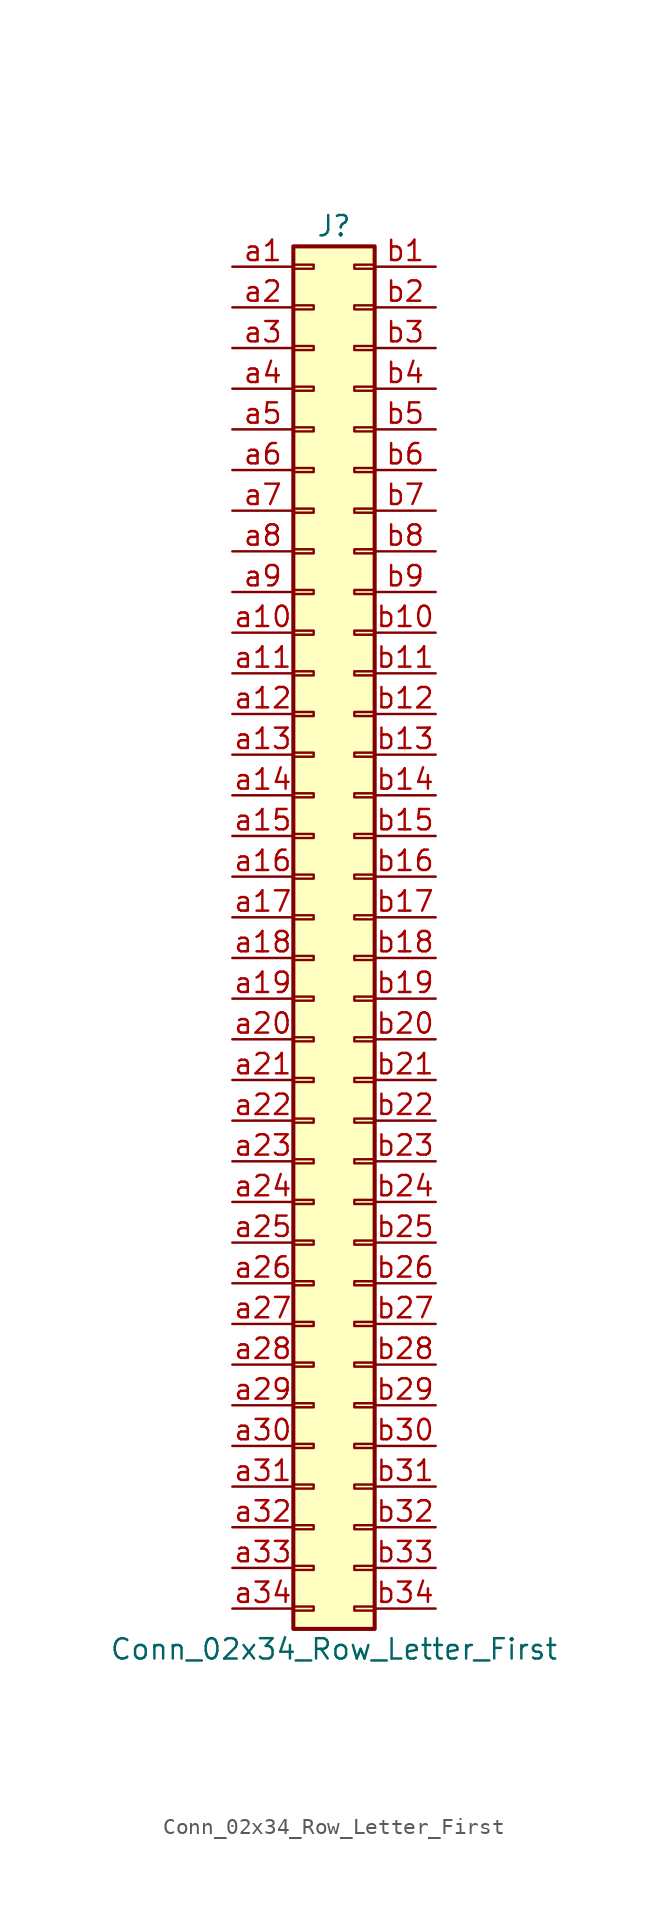
<source format=kicad_sym>
(kicad_symbol_lib
  (version 20220914)
  (generator kicad_symbol_editor)
  (symbol "Conn_02x34_Row_Letter_First"
    (pin_names
      (offset 1.016) hide)
    (property "Reference" "J"
      (at 1.27 43.18 0)
      (effects (font (size 1.27 1.27))))
    (property "Value" "Conn_02x34_Row_Letter_First"
      (at 1.27 -45.72 0)
      (effects (font (size 1.27 1.27))))
    (symbol "Conn_02x34_Row_Letter_First_1_1"
      (rectangle (start -1.27 -43.053) (end 0 -43.307) (stroke (width 0.152) (type default)) (fill (type none)))
      (rectangle (start -1.27 -40.513) (end 0 -40.767) (stroke (width 0.152) (type default)) (fill (type none)))
      (rectangle (start -1.27 -37.973) (end 0 -38.227) (stroke (width 0.152) (type default)) (fill (type none)))
      (rectangle (start -1.27 -35.433) (end 0 -35.687) (stroke (width 0.152) (type default)) (fill (type none)))
      (rectangle (start -1.27 -32.893) (end 0 -33.147) (stroke (width 0.152) (type default)) (fill (type none)))
      (rectangle (start -1.27 -30.353) (end 0 -30.607) (stroke (width 0.152) (type default)) (fill (type none)))
      (rectangle (start -1.27 -27.813) (end 0 -28.067) (stroke (width 0.152) (type default)) (fill (type none)))
      (rectangle (start -1.27 -25.273) (end 0 -25.527) (stroke (width 0.152) (type default)) (fill (type none)))
      (rectangle (start -1.27 -22.733) (end 0 -22.987) (stroke (width 0.152) (type default)) (fill (type none)))
      (rectangle (start -1.27 -20.193) (end 0 -20.447) (stroke (width 0.152) (type default)) (fill (type none)))
      (rectangle (start -1.27 -17.653) (end 0 -17.907) (stroke (width 0.152) (type default)) (fill (type none)))
      (rectangle (start -1.27 -15.113) (end 0 -15.367) (stroke (width 0.152) (type default)) (fill (type none)))
      (rectangle (start -1.27 -12.573) (end 0 -12.827) (stroke (width 0.152) (type default)) (fill (type none)))
      (rectangle (start -1.27 -10.033) (end 0 -10.287) (stroke (width 0.152) (type default)) (fill (type none)))
      (rectangle (start -1.27 -7.493) (end 0 -7.747) (stroke (width 0.152) (type default)) (fill (type none)))
      (rectangle (start -1.27 -4.953) (end 0 -5.207) (stroke (width 0.152) (type default)) (fill (type none)))
      (rectangle (start -1.27 -2.413) (end 0 -2.667) (stroke (width 0.152) (type default)) (fill (type none)))
      (rectangle (start -1.27 0.127) (end 0 -0.127) (stroke (width 0.152) (type default)) (fill (type none)))
      (rectangle (start -1.27 2.667) (end 0 2.413) (stroke (width 0.152) (type default)) (fill (type none)))
      (rectangle (start -1.27 5.207) (end 0 4.953) (stroke (width 0.152) (type default)) (fill (type none)))
      (rectangle (start -1.27 7.747) (end 0 7.493) (stroke (width 0.152) (type default)) (fill (type none)))
      (rectangle (start -1.27 10.287) (end 0 10.033) (stroke (width 0.152) (type default)) (fill (type none)))
      (rectangle (start -1.27 12.827) (end 0 12.573) (stroke (width 0.152) (type default)) (fill (type none)))
      (rectangle (start -1.27 15.367) (end 0 15.113) (stroke (width 0.152) (type default)) (fill (type none)))
      (rectangle (start -1.27 17.907) (end 0 17.653) (stroke (width 0.152) (type default)) (fill (type none)))
      (rectangle (start -1.27 20.447) (end 0 20.193) (stroke (width 0.152) (type default)) (fill (type none)))
      (rectangle (start -1.27 22.987) (end 0 22.733) (stroke (width 0.152) (type default)) (fill (type none)))
      (rectangle (start -1.27 25.527) (end 0 25.273) (stroke (width 0.152) (type default)) (fill (type none)))
      (rectangle (start -1.27 28.067) (end 0 27.813) (stroke (width 0.152) (type default)) (fill (type none)))
      (rectangle (start -1.27 30.607) (end 0 30.353) (stroke (width 0.152) (type default)) (fill (type none)))
      (rectangle (start -1.27 33.147) (end 0 32.893) (stroke (width 0.152) (type default)) (fill (type none)))
      (rectangle (start -1.27 35.687) (end 0 35.433) (stroke (width 0.152) (type default)) (fill (type none)))
      (rectangle (start -1.27 38.227) (end 0 37.973) (stroke (width 0.152) (type default)) (fill (type none)))
      (rectangle (start -1.27 40.767) (end 0 40.513) (stroke (width 0.152) (type default)) (fill (type none)))
      (rectangle (start -1.27 41.91) (end 3.81 -44.45) (stroke (width 0.254) (type default)) (fill (type background)))
      (rectangle (start 3.81 -43.053) (end 2.54 -43.307) (stroke (width 0.152) (type default)) (fill (type none)))
      (rectangle (start 3.81 -40.513) (end 2.54 -40.767) (stroke (width 0.152) (type default)) (fill (type none)))
      (rectangle (start 3.81 -37.973) (end 2.54 -38.227) (stroke (width 0.152) (type default)) (fill (type none)))
      (rectangle (start 3.81 -35.433) (end 2.54 -35.687) (stroke (width 0.152) (type default)) (fill (type none)))
      (rectangle (start 3.81 -32.893) (end 2.54 -33.147) (stroke (width 0.152) (type default)) (fill (type none)))
      (rectangle (start 3.81 -30.353) (end 2.54 -30.607) (stroke (width 0.152) (type default)) (fill (type none)))
      (rectangle (start 3.81 -27.813) (end 2.54 -28.067) (stroke (width 0.152) (type default)) (fill (type none)))
      (rectangle (start 3.81 -25.273) (end 2.54 -25.527) (stroke (width 0.152) (type default)) (fill (type none)))
      (rectangle (start 3.81 -22.733) (end 2.54 -22.987) (stroke (width 0.152) (type default)) (fill (type none)))
      (rectangle (start 3.81 -20.193) (end 2.54 -20.447) (stroke (width 0.152) (type default)) (fill (type none)))
      (rectangle (start 3.81 -17.653) (end 2.54 -17.907) (stroke (width 0.152) (type default)) (fill (type none)))
      (rectangle (start 3.81 -15.113) (end 2.54 -15.367) (stroke (width 0.152) (type default)) (fill (type none)))
      (rectangle (start 3.81 -12.573) (end 2.54 -12.827) (stroke (width 0.152) (type default)) (fill (type none)))
      (rectangle (start 3.81 -10.033) (end 2.54 -10.287) (stroke (width 0.152) (type default)) (fill (type none)))
      (rectangle (start 3.81 -7.493) (end 2.54 -7.747) (stroke (width 0.152) (type default)) (fill (type none)))
      (rectangle (start 3.81 -4.953) (end 2.54 -5.207) (stroke (width 0.152) (type default)) (fill (type none)))
      (rectangle (start 3.81 -2.413) (end 2.54 -2.667) (stroke (width 0.152) (type default)) (fill (type none)))
      (rectangle (start 3.81 0.127) (end 2.54 -0.127) (stroke (width 0.152) (type default)) (fill (type none)))
      (rectangle (start 3.81 2.667) (end 2.54 2.413) (stroke (width 0.152) (type default)) (fill (type none)))
      (rectangle (start 3.81 5.207) (end 2.54 4.953) (stroke (width 0.152) (type default)) (fill (type none)))
      (rectangle (start 3.81 7.747) (end 2.54 7.493) (stroke (width 0.152) (type default)) (fill (type none)))
      (rectangle (start 3.81 10.287) (end 2.54 10.033) (stroke (width 0.152) (type default)) (fill (type none)))
      (rectangle (start 3.81 12.827) (end 2.54 12.573) (stroke (width 0.152) (type default)) (fill (type none)))
      (rectangle (start 3.81 15.367) (end 2.54 15.113) (stroke (width 0.152) (type default)) (fill (type none)))
      (rectangle (start 3.81 17.907) (end 2.54 17.653) (stroke (width 0.152) (type default)) (fill (type none)))
      (rectangle (start 3.81 20.447) (end 2.54 20.193) (stroke (width 0.152) (type default)) (fill (type none)))
      (rectangle (start 3.81 22.987) (end 2.54 22.733) (stroke (width 0.152) (type default)) (fill (type none)))
      (rectangle (start 3.81 25.527) (end 2.54 25.273) (stroke (width 0.152) (type default)) (fill (type none)))
      (rectangle (start 3.81 28.067) (end 2.54 27.813) (stroke (width 0.152) (type default)) (fill (type none)))
      (rectangle (start 3.81 30.607) (end 2.54 30.353) (stroke (width 0.152) (type default)) (fill (type none)))
      (rectangle (start 3.81 33.147) (end 2.54 32.893) (stroke (width 0.152) (type default)) (fill (type none)))
      (rectangle (start 3.81 35.687) (end 2.54 35.433) (stroke (width 0.152) (type default)) (fill (type none)))
      (rectangle (start 3.81 38.227) (end 2.54 37.973) (stroke (width 0.152) (type default)) (fill (type none)))
      (rectangle (start 3.81 40.767) (end 2.54 40.513) (stroke (width 0.152) (type default)) (fill (type none)))
      (pin passive line (at -5.08 40.64 0) (length 3.81) (name "Pin_a1" (effects (font (size 1.27 1.27)))) (number "a1" (effects (font (size 1.27 1.27)))))
      (pin passive line (at -5.08 17.78 0) (length 3.81) (name "Pin_a10" (effects (font (size 1.27 1.27)))) (number "a10" (effects (font (size 1.27 1.27)))))
      (pin passive line (at -5.08 15.24 0) (length 3.81) (name "Pin_a11" (effects (font (size 1.27 1.27)))) (number "a11" (effects (font (size 1.27 1.27)))))
      (pin passive line (at -5.08 12.7 0) (length 3.81) (name "Pin_a12" (effects (font (size 1.27 1.27)))) (number "a12" (effects (font (size 1.27 1.27)))))
      (pin passive line (at -5.08 10.16 0) (length 3.81) (name "Pin_a13" (effects (font (size 1.27 1.27)))) (number "a13" (effects (font (size 1.27 1.27)))))
      (pin passive line (at -5.08 7.62 0) (length 3.81) (name "Pin_a14" (effects (font (size 1.27 1.27)))) (number "a14" (effects (font (size 1.27 1.27)))))
      (pin passive line (at -5.08 5.08 0) (length 3.81) (name "Pin_a15" (effects (font (size 1.27 1.27)))) (number "a15" (effects (font (size 1.27 1.27)))))
      (pin passive line (at -5.08 2.54 0) (length 3.81) (name "Pin_a16" (effects (font (size 1.27 1.27)))) (number "a16" (effects (font (size 1.27 1.27)))))
      (pin passive line (at -5.08 0 0) (length 3.81) (name "Pin_a17" (effects (font (size 1.27 1.27)))) (number "a17" (effects (font (size 1.27 1.27)))))
      (pin passive line (at -5.08 -2.54 0) (length 3.81) (name "Pin_a18" (effects (font (size 1.27 1.27)))) (number "a18" (effects (font (size 1.27 1.27)))))
      (pin passive line (at -5.08 -5.08 0) (length 3.81) (name "Pin_a19" (effects (font (size 1.27 1.27)))) (number "a19" (effects (font (size 1.27 1.27)))))
      (pin passive line (at -5.08 38.1 0) (length 3.81) (name "Pin_a2" (effects (font (size 1.27 1.27)))) (number "a2" (effects (font (size 1.27 1.27)))))
      (pin passive line (at -5.08 -7.62 0) (length 3.81) (name "Pin_a20" (effects (font (size 1.27 1.27)))) (number "a20" (effects (font (size 1.27 1.27)))))
      (pin passive line (at -5.08 -10.16 0) (length 3.81) (name "Pin_a21" (effects (font (size 1.27 1.27)))) (number "a21" (effects (font (size 1.27 1.27)))))
      (pin passive line (at -5.08 -12.7 0) (length 3.81) (name "Pin_a22" (effects (font (size 1.27 1.27)))) (number "a22" (effects (font (size 1.27 1.27)))))
      (pin passive line (at -5.08 -15.24 0) (length 3.81) (name "Pin_a23" (effects (font (size 1.27 1.27)))) (number "a23" (effects (font (size 1.27 1.27)))))
      (pin passive line (at -5.08 -17.78 0) (length 3.81) (name "Pin_a24" (effects (font (size 1.27 1.27)))) (number "a24" (effects (font (size 1.27 1.27)))))
      (pin passive line (at -5.08 -20.32 0) (length 3.81) (name "Pin_a25" (effects (font (size 1.27 1.27)))) (number "a25" (effects (font (size 1.27 1.27)))))
      (pin passive line (at -5.08 -22.86 0) (length 3.81) (name "Pin_a26" (effects (font (size 1.27 1.27)))) (number "a26" (effects (font (size 1.27 1.27)))))
      (pin passive line (at -5.08 -25.4 0) (length 3.81) (name "Pin_a27" (effects (font (size 1.27 1.27)))) (number "a27" (effects (font (size 1.27 1.27)))))
      (pin passive line (at -5.08 -27.94 0) (length 3.81) (name "Pin_a28" (effects (font (size 1.27 1.27)))) (number "a28" (effects (font (size 1.27 1.27)))))
      (pin passive line (at -5.08 -30.48 0) (length 3.81) (name "Pin_a29" (effects (font (size 1.27 1.27)))) (number "a29" (effects (font (size 1.27 1.27)))))
      (pin passive line (at -5.08 35.56 0) (length 3.81) (name "Pin_a3" (effects (font (size 1.27 1.27)))) (number "a3" (effects (font (size 1.27 1.27)))))
      (pin passive line (at -5.08 -33.02 0) (length 3.81) (name "Pin_a30" (effects (font (size 1.27 1.27)))) (number "a30" (effects (font (size 1.27 1.27)))))
      (pin passive line (at -5.08 -35.56 0) (length 3.81) (name "Pin_a31" (effects (font (size 1.27 1.27)))) (number "a31" (effects (font (size 1.27 1.27)))))
      (pin passive line (at -5.08 -38.1 0) (length 3.81) (name "Pin_a32" (effects (font (size 1.27 1.27)))) (number "a32" (effects (font (size 1.27 1.27)))))
      (pin passive line (at -5.08 -40.64 0) (length 3.81) (name "Pin_a33" (effects (font (size 1.27 1.27)))) (number "a33" (effects (font (size 1.27 1.27)))))
      (pin passive line (at -5.08 -43.18 0) (length 3.81) (name "Pin_a34" (effects (font (size 1.27 1.27)))) (number "a34" (effects (font (size 1.27 1.27)))))
      (pin passive line (at -5.08 33.02 0) (length 3.81) (name "Pin_a4" (effects (font (size 1.27 1.27)))) (number "a4" (effects (font (size 1.27 1.27)))))
      (pin passive line (at -5.08 30.48 0) (length 3.81) (name "Pin_a5" (effects (font (size 1.27 1.27)))) (number "a5" (effects (font (size 1.27 1.27)))))
      (pin passive line (at -5.08 27.94 0) (length 3.81) (name "Pin_a6" (effects (font (size 1.27 1.27)))) (number "a6" (effects (font (size 1.27 1.27)))))
      (pin passive line (at -5.08 25.4 0) (length 3.81) (name "Pin_a7" (effects (font (size 1.27 1.27)))) (number "a7" (effects (font (size 1.27 1.27)))))
      (pin passive line (at -5.08 22.86 0) (length 3.81) (name "Pin_a8" (effects (font (size 1.27 1.27)))) (number "a8" (effects (font (size 1.27 1.27)))))
      (pin passive line (at -5.08 20.32 0) (length 3.81) (name "Pin_a9" (effects (font (size 1.27 1.27)))) (number "a9" (effects (font (size 1.27 1.27)))))
      (pin passive line (at 7.62 40.64 180) (length 3.81) (name "Pin_b1" (effects (font (size 1.27 1.27)))) (number "b1" (effects (font (size 1.27 1.27)))))
      (pin passive line (at 7.62 17.78 180) (length 3.81) (name "Pin_b10" (effects (font (size 1.27 1.27)))) (number "b10" (effects (font (size 1.27 1.27)))))
      (pin passive line (at 7.62 15.24 180) (length 3.81) (name "Pin_b11" (effects (font (size 1.27 1.27)))) (number "b11" (effects (font (size 1.27 1.27)))))
      (pin passive line (at 7.62 12.7 180) (length 3.81) (name "Pin_b12" (effects (font (size 1.27 1.27)))) (number "b12" (effects (font (size 1.27 1.27)))))
      (pin passive line (at 7.62 10.16 180) (length 3.81) (name "Pin_b13" (effects (font (size 1.27 1.27)))) (number "b13" (effects (font (size 1.27 1.27)))))
      (pin passive line (at 7.62 7.62 180) (length 3.81) (name "Pin_b14" (effects (font (size 1.27 1.27)))) (number "b14" (effects (font (size 1.27 1.27)))))
      (pin passive line (at 7.62 5.08 180) (length 3.81) (name "Pin_b15" (effects (font (size 1.27 1.27)))) (number "b15" (effects (font (size 1.27 1.27)))))
      (pin passive line (at 7.62 2.54 180) (length 3.81) (name "Pin_b16" (effects (font (size 1.27 1.27)))) (number "b16" (effects (font (size 1.27 1.27)))))
      (pin passive line (at 7.62 0 180) (length 3.81) (name "Pin_b17" (effects (font (size 1.27 1.27)))) (number "b17" (effects (font (size 1.27 1.27)))))
      (pin passive line (at 7.62 -2.54 180) (length 3.81) (name "Pin_b18" (effects (font (size 1.27 1.27)))) (number "b18" (effects (font (size 1.27 1.27)))))
      (pin passive line (at 7.62 -5.08 180) (length 3.81) (name "Pin_b19" (effects (font (size 1.27 1.27)))) (number "b19" (effects (font (size 1.27 1.27)))))
      (pin passive line (at 7.62 38.1 180) (length 3.81) (name "Pin_b2" (effects (font (size 1.27 1.27)))) (number "b2" (effects (font (size 1.27 1.27)))))
      (pin passive line (at 7.62 -7.62 180) (length 3.81) (name "Pin_b20" (effects (font (size 1.27 1.27)))) (number "b20" (effects (font (size 1.27 1.27)))))
      (pin passive line (at 7.62 -10.16 180) (length 3.81) (name "Pin_b21" (effects (font (size 1.27 1.27)))) (number "b21" (effects (font (size 1.27 1.27)))))
      (pin passive line (at 7.62 -12.7 180) (length 3.81) (name "Pin_b22" (effects (font (size 1.27 1.27)))) (number "b22" (effects (font (size 1.27 1.27)))))
      (pin passive line (at 7.62 -15.24 180) (length 3.81) (name "Pin_b23" (effects (font (size 1.27 1.27)))) (number "b23" (effects (font (size 1.27 1.27)))))
      (pin passive line (at 7.62 -17.78 180) (length 3.81) (name "Pin_b24" (effects (font (size 1.27 1.27)))) (number "b24" (effects (font (size 1.27 1.27)))))
      (pin passive line (at 7.62 -20.32 180) (length 3.81) (name "Pin_b25" (effects (font (size 1.27 1.27)))) (number "b25" (effects (font (size 1.27 1.27)))))
      (pin passive line (at 7.62 -22.86 180) (length 3.81) (name "Pin_b26" (effects (font (size 1.27 1.27)))) (number "b26" (effects (font (size 1.27 1.27)))))
      (pin passive line (at 7.62 -25.4 180) (length 3.81) (name "Pin_b27" (effects (font (size 1.27 1.27)))) (number "b27" (effects (font (size 1.27 1.27)))))
      (pin passive line (at 7.62 -27.94 180) (length 3.81) (name "Pin_b28" (effects (font (size 1.27 1.27)))) (number "b28" (effects (font (size 1.27 1.27)))))
      (pin passive line (at 7.62 -30.48 180) (length 3.81) (name "Pin_b29" (effects (font (size 1.27 1.27)))) (number "b29" (effects (font (size 1.27 1.27)))))
      (pin passive line (at 7.62 35.56 180) (length 3.81) (name "Pin_b3" (effects (font (size 1.27 1.27)))) (number "b3" (effects (font (size 1.27 1.27)))))
      (pin passive line (at 7.62 -33.02 180) (length 3.81) (name "Pin_b30" (effects (font (size 1.27 1.27)))) (number "b30" (effects (font (size 1.27 1.27)))))
      (pin passive line (at 7.62 -35.56 180) (length 3.81) (name "Pin_b31" (effects (font (size 1.27 1.27)))) (number "b31" (effects (font (size 1.27 1.27)))))
      (pin passive line (at 7.62 -38.1 180) (length 3.81) (name "Pin_b32" (effects (font (size 1.27 1.27)))) (number "b32" (effects (font (size 1.27 1.27)))))
      (pin passive line (at 7.62 -40.64 180) (length 3.81) (name "Pin_b33" (effects (font (size 1.27 1.27)))) (number "b33" (effects (font (size 1.27 1.27)))))
      (pin passive line (at 7.62 -43.18 180) (length 3.81) (name "Pin_b34" (effects (font (size 1.27 1.27)))) (number "b34" (effects (font (size 1.27 1.27)))))
      (pin passive line (at 7.62 33.02 180) (length 3.81) (name "Pin_b4" (effects (font (size 1.27 1.27)))) (number "b4" (effects (font (size 1.27 1.27)))))
      (pin passive line (at 7.62 30.48 180) (length 3.81) (name "Pin_b5" (effects (font (size 1.27 1.27)))) (number "b5" (effects (font (size 1.27 1.27)))))
      (pin passive line (at 7.62 27.94 180) (length 3.81) (name "Pin_b6" (effects (font (size 1.27 1.27)))) (number "b6" (effects (font (size 1.27 1.27)))))
      (pin passive line (at 7.62 25.4 180) (length 3.81) (name "Pin_b7" (effects (font (size 1.27 1.27)))) (number "b7" (effects (font (size 1.27 1.27)))))
      (pin passive line (at 7.62 22.86 180) (length 3.81) (name "Pin_b8" (effects (font (size 1.27 1.27)))) (number "b8" (effects (font (size 1.27 1.27)))))
      (pin passive line (at 7.62 20.32 180) (length 3.81) (name "Pin_b9" (effects (font (size 1.27 1.27)))) (number "b9" (effects (font (size 1.27 1.27))))))))
</source>
